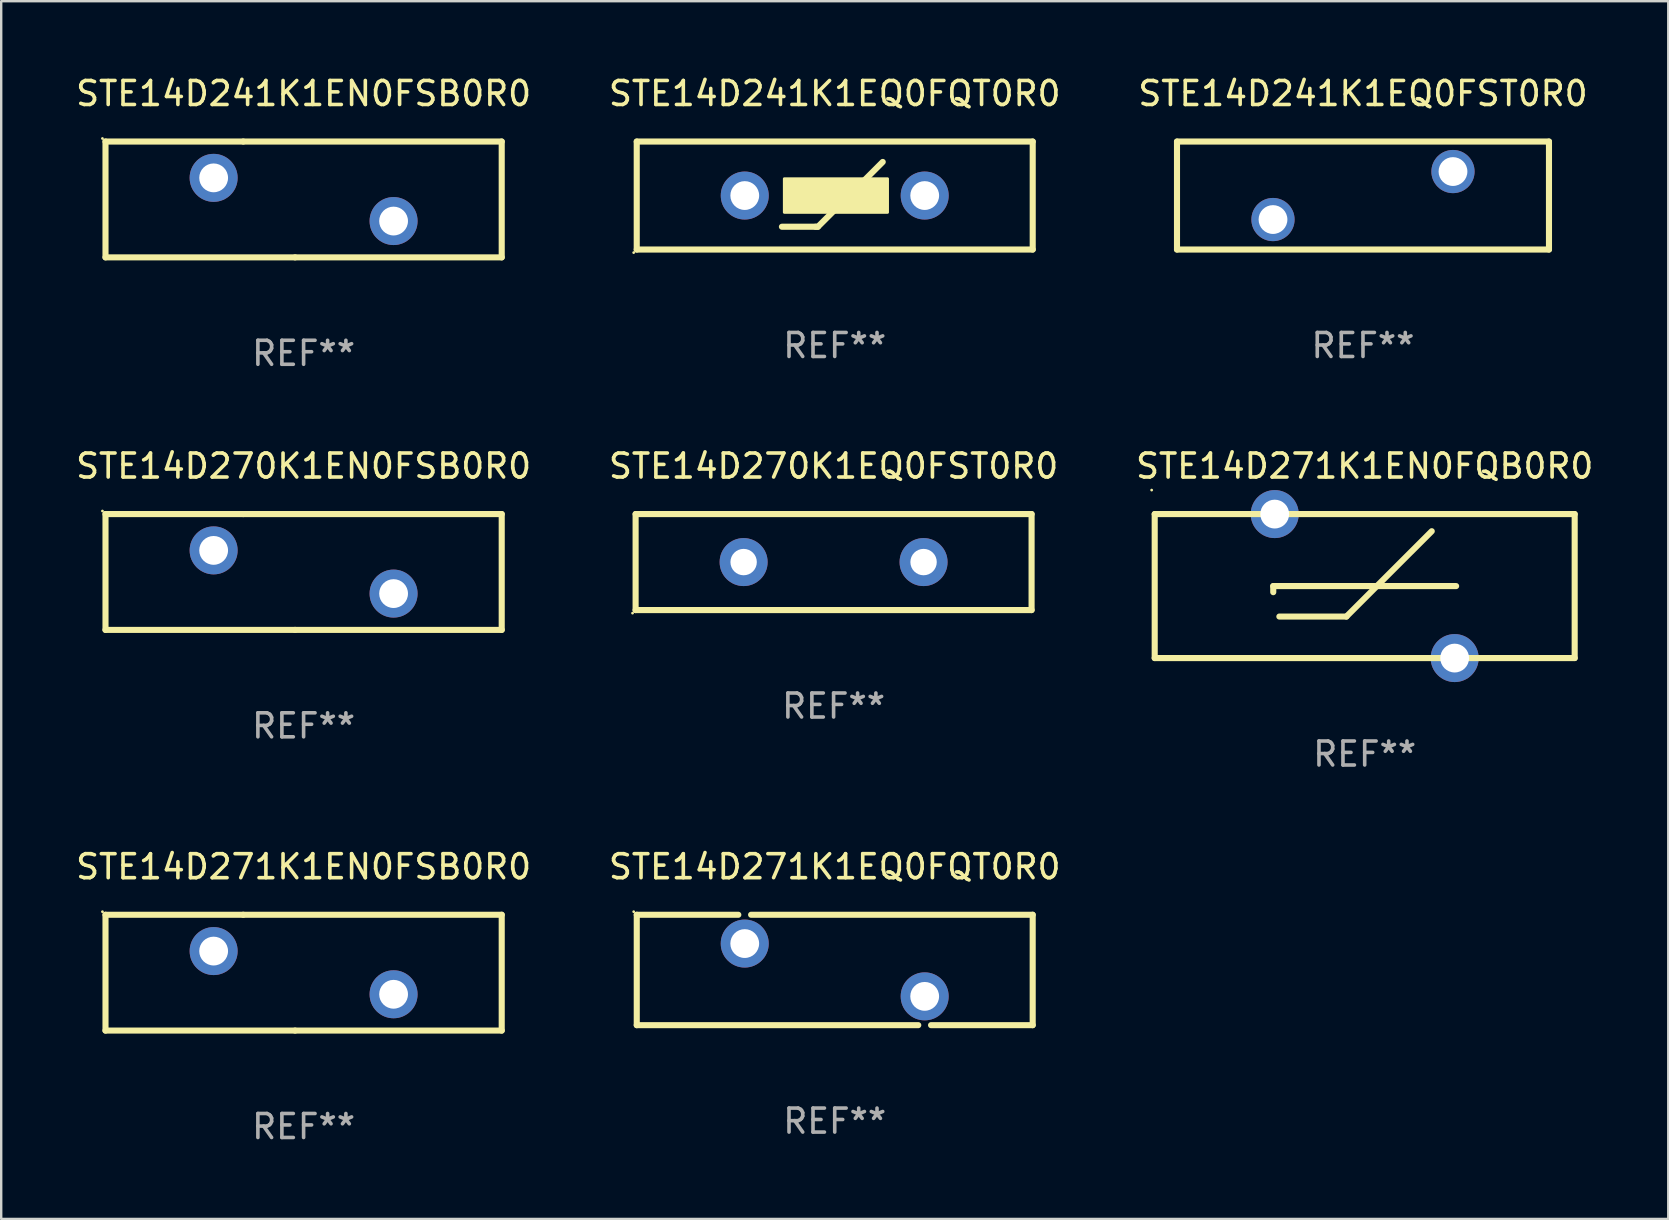
<source format=kicad_pcb>
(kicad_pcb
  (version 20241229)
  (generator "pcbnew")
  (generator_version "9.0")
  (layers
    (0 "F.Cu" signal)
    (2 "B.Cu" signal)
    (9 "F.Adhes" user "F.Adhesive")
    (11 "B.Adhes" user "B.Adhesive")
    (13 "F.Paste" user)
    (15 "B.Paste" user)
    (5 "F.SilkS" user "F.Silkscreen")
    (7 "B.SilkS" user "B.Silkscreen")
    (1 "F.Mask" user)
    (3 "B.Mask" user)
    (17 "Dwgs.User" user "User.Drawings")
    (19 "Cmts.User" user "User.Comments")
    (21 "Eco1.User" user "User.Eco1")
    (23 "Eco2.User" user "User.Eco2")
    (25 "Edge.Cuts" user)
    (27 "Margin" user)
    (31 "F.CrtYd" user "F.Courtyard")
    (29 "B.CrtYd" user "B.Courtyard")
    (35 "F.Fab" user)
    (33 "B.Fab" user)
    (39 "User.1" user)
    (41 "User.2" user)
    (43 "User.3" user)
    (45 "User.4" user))
  (footprint "STE14D270K1EN0FSB0R0"
    (layer "F.Cu")
    (at 9.601 20.784)
    (property "Reference" "STE14D270K1EN0FSB0R0" (at 0 -4.413 0) (layer "F.SilkS") (effects (font (size 1 1) (thickness 0.15))))
    (attr through_hole)
    (fp_line (start -8.255 -2.413) (end -2.515 -2.413) (stroke (width 0.254) (type solid)) (layer "F.SilkS"))
    (fp_line (start -8.255 2.413) (end -8.255 -2.413) (stroke (width 0.254) (type solid)) (layer "F.SilkS"))
    (fp_line (start -2.515 -2.413) (end 8.255 -2.413) (stroke (width 0.254) (type solid)) (layer "F.SilkS"))
    (fp_line (start -0.356 2.413) (end -8.255 2.413) (stroke (width 0.254) (type solid)) (layer "F.SilkS"))
    (fp_line (start 8.255 -2.413) (end 8.255 2.413) (stroke (width 0.254) (type solid)) (layer "F.SilkS"))
    (fp_line (start 8.255 2.413) (end -0.356 2.413) (stroke (width 0.254) (type solid)) (layer "F.SilkS"))
    (fp_circle (center -8.382 -2.54) (end -8.352 -2.54) (stroke (width 0.06) (type solid)) (fill no) (layer "F.SilkS"))
    (fp_text user "REF**" (at 0 6.413 0) (layer "F.Fab") (effects (font (size 1 1) (thickness 0.15))))
    (pad "1" thru_hole circle (at -3.749 -0.9) (size 2 2) (drill 1.2) (layers "*.Cu" "*.Mask"))
    (pad "2" thru_hole circle (at 3.749 0.9) (size 2 2) (drill 1.2) (layers "*.Cu" "*.Mask")))
  (footprint "STE14D270K1EQ0FST0R0"
    (layer "F.Cu")
    (at 31.685 20.371)
    (property "Reference" "STE14D270K1EQ0FST0R0" (at 0 -4 0) (layer "F.SilkS") (effects (font (size 1 1) (thickness 0.15))))
    (attr through_hole)
    (fp_line (start -8.25 -2) (end 8.25 -2) (stroke (width 0.254) (type solid)) (layer "F.SilkS"))
    (fp_line (start -8.25 2) (end -8.25 -2) (stroke (width 0.254) (type solid)) (layer "F.SilkS"))
    (fp_line (start 8.25 -2) (end 8.25 2) (stroke (width 0.254) (type solid)) (layer "F.SilkS"))
    (fp_line (start 8.25 2) (end -8.25 2) (stroke (width 0.254) (type solid)) (layer "F.SilkS"))
    (fp_circle (center -8.377 2.127) (end -8.347 2.127) (stroke (width 0.06) (type solid)) (fill no) (layer "F.SilkS"))
    (fp_text user "REF**" (at 0 6 0) (layer "F.Fab") (effects (font (size 1 1) (thickness 0.15))))
    (pad "1" thru_hole circle (at -3.749 0) (size 2 2) (drill 1.1) (layers "*.Cu" "*.Mask"))
    (pad "2" thru_hole circle (at 3.749 0) (size 2 2) (drill 1.1) (layers "*.Cu" "*.Mask")))
  (footprint "STE14D241K1EQ0FQT0R0"
    (layer "F.Cu")
    (at 31.732 5.098)
    (property "Reference" "STE14D241K1EQ0FQT0R0" (at 0 -4.25 0) (layer "F.SilkS") (effects (font (size 1 1) (thickness 0.15))))
    (attr through_hole)
    (fp_line (start -8.25 -2.25) (end 8.25 -2.25) (stroke (width 0.254) (type solid)) (layer "F.SilkS"))
    (fp_line (start -8.25 2.25) (end -8.25 -2.25) (stroke (width 0.254) (type solid)) (layer "F.SilkS"))
    (fp_line (start -8.25 2.25) (end 8.25 2.25) (stroke (width 0.254) (type solid)) (layer "F.SilkS"))
    (fp_line (start -2.2 1.3) (end -0.8 1.3) (stroke (width 0.254) (type solid)) (layer "F.SilkS"))
    (fp_line (start -0.8 1.3) (end -0.7 1.3) (stroke (width 0.254) (type solid)) (layer "F.SilkS"))
    (fp_line (start -0.7 1.3) (end 2 -1.4) (stroke (width 0.254) (type solid)) (layer "F.SilkS"))
    (fp_line (start 8.25 -2.25) (end 8.25 2.25) (stroke (width 0.254) (type solid)) (layer "F.SilkS"))
    (fp_circle (center -8.377 2.377) (end -8.347 2.377) (stroke (width 0.06) (type solid)) (fill no) (layer "F.SilkS"))
    (fp_poly (pts (xy -2.1 -0.7) (xy 2.2 -0.7) (xy 2.2 0.7) (xy -2.1 0.7)) (stroke (width 0.12) (type solid)) (fill yes) (layer "F.SilkS"))
    (fp_text user "REF**" (at 0 6.25 0) (layer "F.Fab") (effects (font (size 1 1) (thickness 0.15))))
    (pad "1" thru_hole circle (at -3.749 0) (size 2 2) (drill 1.2) (layers "*.Cu" "*.Mask"))
    (pad "2" thru_hole circle (at 3.749 0) (size 2 2) (drill 1.2) (layers "*.Cu" "*.Mask")))
  (footprint "STE14D241K1EN0FSB0R0"
    (layer "F.Cu")
    (at 9.601 5.261)
    (property "Reference" "STE14D241K1EN0FSB0R0" (at 0 -4.413 0) (layer "F.SilkS") (effects (font (size 1 1) (thickness 0.15))))
    (attr through_hole)
    (fp_line (start -8.255 -2.413) (end -2.515 -2.413) (stroke (width 0.254) (type solid)) (layer "F.SilkS"))
    (fp_line (start -8.255 2.413) (end -8.255 -2.413) (stroke (width 0.254) (type solid)) (layer "F.SilkS"))
    (fp_line (start -2.515 -2.413) (end 8.255 -2.413) (stroke (width 0.254) (type solid)) (layer "F.SilkS"))
    (fp_line (start -0.356 2.413) (end -8.255 2.413) (stroke (width 0.254) (type solid)) (layer "F.SilkS"))
    (fp_line (start 8.255 -2.413) (end 8.255 2.413) (stroke (width 0.254) (type solid)) (layer "F.SilkS"))
    (fp_line (start 8.255 2.413) (end -0.356 2.413) (stroke (width 0.254) (type solid)) (layer "F.SilkS"))
    (fp_circle (center -8.382 -2.54) (end -8.352 -2.54) (stroke (width 0.06) (type solid)) (fill no) (layer "F.SilkS"))
    (fp_text user "REF**" (at 0 6.413 0) (layer "F.Fab") (effects (font (size 1 1) (thickness 0.15))))
    (pad "1" thru_hole circle (at -3.749 -0.9) (size 2 2) (drill 1.2) (layers "*.Cu" "*.Mask"))
    (pad "2" thru_hole circle (at 3.749 0.9) (size 2 2) (drill 1.2) (layers "*.Cu" "*.Mask")))
  (footprint "STE14D271K1EQ0FQT0R0"
    (layer "F.Cu")
    (at 31.732 37.367)
    (property "Reference" "STE14D271K1EQ0FQT0R0" (at 0 -4.3 0) (layer "F.SilkS") (effects (font (size 1 1) (thickness 0.15))))
    (attr through_hole)
    (fp_line (start -8.249 -2.3) (end -4.017 -2.3) (stroke (width 0.254) (type solid)) (layer "F.SilkS"))
    (fp_line (start -8.249 2.3) (end -8.249 -2.3) (stroke (width 0.254) (type solid)) (layer "F.SilkS"))
    (fp_line (start -8.249 2.3) (end 3.481 2.3) (stroke (width 0.254) (type solid)) (layer "F.SilkS"))
    (fp_line (start -3.484 -2.3) (end 8.249 -2.3) (stroke (width 0.254) (type solid)) (layer "F.SilkS"))
    (fp_line (start 4.014 2.3) (end 8.249 2.3) (stroke (width 0.254) (type solid)) (layer "F.SilkS"))
    (fp_line (start 8.249 -2.3) (end 8.249 2.3) (stroke (width 0.254) (type solid)) (layer "F.SilkS"))
    (fp_circle (center -8.376 -2.427) (end -8.346 -2.427) (stroke (width 0.06) (type solid)) (fill no) (layer "F.SilkS"))
    (fp_text user "REF**" (at 0 6.3 0) (layer "F.Fab") (effects (font (size 1 1) (thickness 0.15))))
    (pad "1" thru_hole circle (at -3.75 -1.1) (size 2 2) (drill 1.2) (layers "*.Cu" "*.Mask"))
    (pad "2" thru_hole circle (at 3.748 1.1) (size 2 2) (drill 1.2) (layers "*.Cu" "*.Mask")))
  (footprint "STE14D241K1EQ0FST0R0"
    (layer "F.Cu")
    (at 53.744 5.098)
    (property "Reference" "STE14D241K1EQ0FST0R0" (at 0 -4.25 0) (layer "F.SilkS") (effects (font (size 1 1) (thickness 0.15))))
    (attr through_hole)
    (fp_line (start -7.75 -2.25) (end 7.75 -2.25) (stroke (width 0.254) (type solid)) (layer "F.SilkS"))
    (fp_line (start -7.75 2.25) (end -7.75 -2.25) (stroke (width 0.254) (type solid)) (layer "F.SilkS"))
    (fp_line (start 7.75 -2.25) (end 7.75 2.25) (stroke (width 0.254) (type solid)) (layer "F.SilkS"))
    (fp_line (start 7.75 2.25) (end -7.75 2.25) (stroke (width 0.254) (type solid)) (layer "F.SilkS"))
    (fp_circle (center -7.75 2.25) (end -7.72 2.25) (stroke (width 0.06) (type solid)) (fill no) (layer "F.SilkS"))
    (fp_text user "REF**" (at 0 6.25 0) (layer "F.Fab") (effects (font (size 1 1) (thickness 0.15))))
    (pad "1" thru_hole circle (at -3.75 1) (size 1.8 1.8) (drill 1.2) (layers "*.Cu" "*.Mask"))
    (pad "2" thru_hole circle (at 3.75 -1) (size 1.8 1.8) (drill 1.2) (layers "*.Cu" "*.Mask")))
  (footprint "STE14D271K1EN0FQB0R0"
    (layer "F.Cu")
    (at 53.815 21.371)
    (property "Reference" "STE14D271K1EN0FQB0R0" (at 0 -5 0) (layer "F.SilkS") (effects (font (size 1 1) (thickness 0.15))))
    (attr through_hole)
    (fp_line (start -8.75 -3) (end -8.75 3) (stroke (width 0.254) (type solid)) (layer "F.SilkS"))
    (fp_line (start -8.75 -3) (end 8.75 -3) (stroke (width 0.254) (type solid)) (layer "F.SilkS"))
    (fp_line (start -3.81 0) (end 3.81 0) (stroke (width 0.254) (type solid)) (layer "F.SilkS"))
    (fp_line (start -3.81 0.254) (end -3.81 0) (stroke (width 0.254) (type solid)) (layer "F.SilkS"))
    (fp_line (start -3.556 1.27) (end -0.762 1.27) (stroke (width 0.254) (type solid)) (layer "F.SilkS"))
    (fp_line (start -0.762 1.27) (end 2.794 -2.286) (stroke (width 0.254) (type solid)) (layer "F.SilkS"))
    (fp_line (start 8.75 3) (end -8.75 3) (stroke (width 0.254) (type solid)) (layer "F.SilkS"))
    (fp_line (start 8.75 3) (end 8.75 -3) (stroke (width 0.254) (type solid)) (layer "F.SilkS"))
    (fp_circle (center -8.877 -4) (end -8.847 -4) (stroke (width 0.06) (type solid)) (fill no) (layer "F.SilkS"))
    (fp_text user "REF**" (at 0 7 0) (layer "F.Fab") (effects (font (size 1 1) (thickness 0.15))))
    (pad "1" thru_hole circle (at -3.749 -3) (size 2 2) (drill 1.2) (layers "*.Cu" "*.Mask"))
    (pad "2" thru_hole circle (at 3.749 3) (size 2 2) (drill 1.2) (layers "*.Cu" "*.Mask")))
  (footprint "STE14D271K1EN0FSB0R0"
    (layer "F.Cu")
    (at 9.601 37.48)
    (property "Reference" "STE14D271K1EN0FSB0R0" (at 0 -4.413 0) (layer "F.SilkS") (effects (font (size 1 1) (thickness 0.15))))
    (attr through_hole)
    (fp_line (start -8.255 -2.413) (end -2.515 -2.413) (stroke (width 0.254) (type solid)) (layer "F.SilkS"))
    (fp_line (start -8.255 2.413) (end -8.255 -2.413) (stroke (width 0.254) (type solid)) (layer "F.SilkS"))
    (fp_line (start -2.515 -2.413) (end 8.255 -2.413) (stroke (width 0.254) (type solid)) (layer "F.SilkS"))
    (fp_line (start -0.356 2.413) (end -8.255 2.413) (stroke (width 0.254) (type solid)) (layer "F.SilkS"))
    (fp_line (start 8.255 -2.413) (end 8.255 2.413) (stroke (width 0.254) (type solid)) (layer "F.SilkS"))
    (fp_line (start 8.255 2.413) (end -0.356 2.413) (stroke (width 0.254) (type solid)) (layer "F.SilkS"))
    (fp_circle (center -8.382 -2.54) (end -8.352 -2.54) (stroke (width 0.06) (type solid)) (fill no) (layer "F.SilkS"))
    (fp_text user "REF**" (at 0 6.413 0) (layer "F.Fab") (effects (font (size 1 1) (thickness 0.15))))
    (pad "1" thru_hole circle (at -3.749 -0.9) (size 2 2) (drill 1.2) (layers "*.Cu" "*.Mask"))
    (pad "2" thru_hole circle (at 3.749 0.9) (size 2 2) (drill 1.2) (layers "*.Cu" "*.Mask")))
  (gr_rect
    (start -3 -3)
    (end 66.464 47.742)
    (stroke (width 0.1) (type default))
    (fill no)
    (layer "Edge.Cuts")))
</source>
